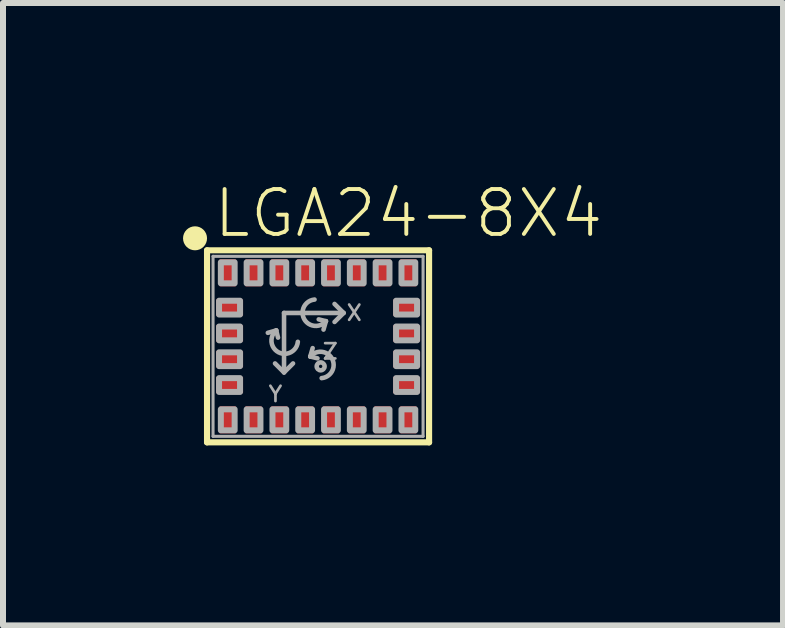
<source format=kicad_pcb>
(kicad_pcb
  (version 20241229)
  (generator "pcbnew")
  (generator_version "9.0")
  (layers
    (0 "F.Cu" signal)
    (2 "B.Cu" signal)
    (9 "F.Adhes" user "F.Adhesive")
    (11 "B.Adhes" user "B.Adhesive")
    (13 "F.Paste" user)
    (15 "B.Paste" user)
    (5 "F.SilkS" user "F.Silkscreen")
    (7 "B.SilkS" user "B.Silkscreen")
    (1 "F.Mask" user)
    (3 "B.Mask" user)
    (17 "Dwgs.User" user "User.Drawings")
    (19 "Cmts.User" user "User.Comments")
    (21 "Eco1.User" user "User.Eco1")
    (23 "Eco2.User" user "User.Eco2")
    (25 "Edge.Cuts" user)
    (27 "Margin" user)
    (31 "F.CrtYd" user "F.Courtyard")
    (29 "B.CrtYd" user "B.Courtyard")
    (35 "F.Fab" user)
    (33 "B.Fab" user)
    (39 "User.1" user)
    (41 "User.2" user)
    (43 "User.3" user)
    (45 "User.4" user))
  (footprint "LGA24-8X4"
    (layer "F.Cu")
    (at 2.25 2.721)
    (property "Reference" "LGA24-8X4" (at -1.778 -1.778 0) (layer "F.SilkS") (effects (font (size 0.748 0.748) (thickness 0.065)) (justify left bottom)))
    (fp_line (start -1.85 -1.6) (end 1.85 -1.6) (stroke (width 0.102) (type solid)) (layer "F.SilkS"))
    (fp_line (start -1.85 1.6) (end -1.85 -1.6) (stroke (width 0.102) (type solid)) (layer "F.SilkS"))
    (fp_line (start 1.85 -1.6) (end 1.85 1.6) (stroke (width 0.102) (type solid)) (layer "F.SilkS"))
    (fp_line (start 1.85 1.6) (end -1.85 1.6) (stroke (width 0.102) (type solid)) (layer "F.SilkS"))
    (fp_circle (center -2.05 -1.8) (end -1.95 -1.8) (stroke (width 0.2) (type solid)) (fill yes) (layer "F.SilkS"))
    (fp_line (start -1.75 -1.5) (end 1.75 -1.5) (stroke (width 0.051) (type solid)) (layer "F.Fab"))
    (fp_line (start -1.75 1.5) (end -1.75 -1.5) (stroke (width 0.051) (type solid)) (layer "F.Fab"))
    (fp_line (start -0.697 -0.265) (end -0.837 -0.225) (stroke (width 0.076) (type solid)) (layer "F.Fab"))
    (fp_line (start -0.697 -0.265) (end -0.667 -0.145) (stroke (width 0.076) (type solid)) (layer "F.Fab"))
    (fp_line (start -0.567 0.432) (end -0.567 -0.556) (stroke (width 0.076) (type solid)) (layer "F.Fab"))
    (fp_line (start -0.567 0.435) (end -0.717 0.285) (stroke (width 0.076) (type solid)) (layer "F.Fab"))
    (fp_line (start -0.567 0.435) (end -0.417 0.285) (stroke (width 0.076) (type solid)) (layer "F.Fab"))
    (fp_line (start -0.13 0.17) (end -0.09 0.03) (stroke (width 0.076) (type solid)) (layer "F.Fab"))
    (fp_line (start -0.13 0.17) (end -0.01 0.2) (stroke (width 0.076) (type solid)) (layer "F.Fab"))
    (fp_line (start 0.131 -0.419) (end 0.011 -0.449) (stroke (width 0.076) (type solid)) (layer "F.Fab"))
    (fp_line (start 0.131 -0.419) (end 0.091 -0.279) (stroke (width 0.076) (type solid)) (layer "F.Fab"))
    (fp_line (start 0.425 -0.556) (end -0.567 -0.556) (stroke (width 0.076) (type solid)) (layer "F.Fab"))
    (fp_line (start 0.425 -0.556) (end 0.275 -0.706) (stroke (width 0.076) (type solid)) (layer "F.Fab"))
    (fp_line (start 0.425 -0.556) (end 0.275 -0.406) (stroke (width 0.076) (type solid)) (layer "F.Fab"))
    (fp_line (start 1.75 -1.5) (end 1.75 1.5) (stroke (width 0.051) (type solid)) (layer "F.Fab"))
    (fp_line (start 1.75 1.5) (end -1.75 1.5) (stroke (width 0.051) (type solid)) (layer "F.Fab"))
    (fp_arc (start -0.337 -0.075) (mid -0.659177 0.09939) (end -0.697 -0.264999) (stroke (width 0.0762) (type solid)) (layer "F.Fab"))
    (fp_arc (start -0.130001 0.169999) (mid 0.234389 0.207821) (end 0.06 0.53) (stroke (width 0.0762) (type solid)) (layer "F.Fab"))
    (fp_arc (start 0.131401 -0.419399) (mid -0.232989 -0.457221) (end -0.0586 -0.7794) (stroke (width 0.0762) (type solid)) (layer "F.Fab"))
    (fp_circle (center 0.043 0.334) (end 0.071 0.334) (stroke (width 0.076) (type solid)) (fill no) (layer "F.Fab"))
    (fp_poly (pts (xy -1.65 -0.53) (xy -1.3 -0.53) (xy -1.3 -0.76) (xy -1.65 -0.76)) (stroke (width 0.1) (type default)) (fill no) (layer "F.Fab"))
    (fp_poly (pts (xy -1.65 -0.1) (xy -1.3 -0.1) (xy -1.3 -0.33) (xy -1.65 -0.33)) (stroke (width 0.1) (type default)) (fill no) (layer "F.Fab"))
    (fp_poly (pts (xy -1.65 0.33) (xy -1.3 0.33) (xy -1.3 0.1) (xy -1.65 0.1)) (stroke (width 0.1) (type default)) (fill no) (layer "F.Fab"))
    (fp_poly (pts (xy -1.65 0.76) (xy -1.3 0.76) (xy -1.3 0.53) (xy -1.65 0.53)) (stroke (width 0.1) (type default)) (fill no) (layer "F.Fab"))
    (fp_poly (pts (xy -1.62 -1.05) (xy -1.39 -1.05) (xy -1.39 -1.4) (xy -1.62 -1.4)) (stroke (width 0.1) (type default)) (fill no) (layer "F.Fab"))
    (fp_poly (pts (xy -1.39 1.05) (xy -1.62 1.05) (xy -1.62 1.4) (xy -1.39 1.4)) (stroke (width 0.1) (type default)) (fill no) (layer "F.Fab"))
    (fp_poly (pts (xy -1.19 -1.05) (xy -0.96 -1.05) (xy -0.96 -1.4) (xy -1.19 -1.4)) (stroke (width 0.1) (type default)) (fill no) (layer "F.Fab"))
    (fp_poly (pts (xy -0.96 1.05) (xy -1.19 1.05) (xy -1.19 1.4) (xy -0.96 1.4)) (stroke (width 0.1) (type default)) (fill no) (layer "F.Fab"))
    (fp_poly (pts (xy -0.76 -1.05) (xy -0.53 -1.05) (xy -0.53 -1.4) (xy -0.76 -1.4)) (stroke (width 0.1) (type default)) (fill no) (layer "F.Fab"))
    (fp_poly (pts (xy -0.53 1.05) (xy -0.76 1.05) (xy -0.76 1.4) (xy -0.53 1.4)) (stroke (width 0.1) (type default)) (fill no) (layer "F.Fab"))
    (fp_poly (pts (xy -0.33 -1.05) (xy -0.1 -1.05) (xy -0.1 -1.4) (xy -0.33 -1.4)) (stroke (width 0.1) (type default)) (fill no) (layer "F.Fab"))
    (fp_poly (pts (xy -0.1 1.05) (xy -0.33 1.05) (xy -0.33 1.4) (xy -0.1 1.4)) (stroke (width 0.1) (type default)) (fill no) (layer "F.Fab"))
    (fp_poly (pts (xy 0.1 -1.05) (xy 0.33 -1.05) (xy 0.33 -1.4) (xy 0.1 -1.4)) (stroke (width 0.1) (type default)) (fill no) (layer "F.Fab"))
    (fp_poly (pts (xy 0.33 1.05) (xy 0.1 1.05) (xy 0.1 1.4) (xy 0.33 1.4)) (stroke (width 0.1) (type default)) (fill no) (layer "F.Fab"))
    (fp_poly (pts (xy 0.53 -1.05) (xy 0.76 -1.05) (xy 0.76 -1.4) (xy 0.53 -1.4)) (stroke (width 0.1) (type default)) (fill no) (layer "F.Fab"))
    (fp_poly (pts (xy 0.76 1.05) (xy 0.53 1.05) (xy 0.53 1.4) (xy 0.76 1.4)) (stroke (width 0.1) (type default)) (fill no) (layer "F.Fab"))
    (fp_poly (pts (xy 0.96 -1.05) (xy 1.19 -1.05) (xy 1.19 -1.4) (xy 0.96 -1.4)) (stroke (width 0.1) (type default)) (fill no) (layer "F.Fab"))
    (fp_poly (pts (xy 1.19 1.05) (xy 0.96 1.05) (xy 0.96 1.4) (xy 1.19 1.4)) (stroke (width 0.1) (type default)) (fill no) (layer "F.Fab"))
    (fp_poly (pts (xy 1.39 -1.05) (xy 1.62 -1.05) (xy 1.62 -1.4) (xy 1.39 -1.4)) (stroke (width 0.1) (type default)) (fill no) (layer "F.Fab"))
    (fp_poly (pts (xy 1.62 1.05) (xy 1.39 1.05) (xy 1.39 1.4) (xy 1.62 1.4)) (stroke (width 0.1) (type default)) (fill no) (layer "F.Fab"))
    (fp_poly (pts (xy 1.65 -0.76) (xy 1.3 -0.76) (xy 1.3 -0.53) (xy 1.65 -0.53)) (stroke (width 0.1) (type default)) (fill no) (layer "F.Fab"))
    (fp_poly (pts (xy 1.65 -0.33) (xy 1.3 -0.33) (xy 1.3 -0.1) (xy 1.65 -0.1)) (stroke (width 0.1) (type default)) (fill no) (layer "F.Fab"))
    (fp_poly (pts (xy 1.65 0.1) (xy 1.3 0.1) (xy 1.3 0.33) (xy 1.65 0.33)) (stroke (width 0.1) (type default)) (fill no) (layer "F.Fab"))
    (fp_poly (pts (xy 1.65 0.53) (xy 1.3 0.53) (xy 1.3 0.76) (xy 1.65 0.76)) (stroke (width 0.1) (type default)) (fill no) (layer "F.Fab"))
    (fp_text user "Z" (at 0.354 -0.063 0) (layer "F.Fab") (effects (font (size 0.255 0.255) (thickness 0.045)) (justify right top)))
    (fp_text user "X" (at 0.603 -0.557 0) (layer "F.Fab") (effects (font (size 0.255 0.255) (thickness 0.045))))
    (fp_text user "Y" (at -0.571 0.647 0) (layer "F.Fab") (effects (font (size 0.255 0.255) (thickness 0.045)) (justify right top)))
    (pad "1" smd rect (at -1.505 -1.225 90) (size 0.45 0.27) (layers "F.Cu" "F.Mask" "F.Paste"))
    (pad "2" smd rect (at -1.475 -0.645 180) (size 0.45 0.27) (layers "F.Cu" "F.Mask" "F.Paste"))
    (pad "3" smd rect (at -1.475 -0.215 180) (size 0.45 0.27) (layers "F.Cu" "F.Mask" "F.Paste"))
    (pad "4" smd rect (at -1.475 0.215 180) (size 0.45 0.27) (layers "F.Cu" "F.Mask" "F.Paste"))
    (pad "5" smd rect (at -1.475 0.645 180) (size 0.45 0.27) (layers "F.Cu" "F.Mask" "F.Paste"))
    (pad "6" smd rect (at -1.505 1.225 270) (size 0.45 0.27) (layers "F.Cu" "F.Mask" "F.Paste"))
    (pad "7" smd rect (at -1.075 1.225 270) (size 0.45 0.27) (layers "F.Cu" "F.Mask" "F.Paste"))
    (pad "8" smd rect (at -0.645 1.225 270) (size 0.45 0.27) (layers "F.Cu" "F.Mask" "F.Paste"))
    (pad "9" smd rect (at -0.215 1.225 270) (size 0.45 0.27) (layers "F.Cu" "F.Mask" "F.Paste"))
    (pad "10" smd rect (at 0.215 1.225 270) (size 0.45 0.27) (layers "F.Cu" "F.Mask" "F.Paste"))
    (pad "11" smd rect (at 0.645 1.225 270) (size 0.45 0.27) (layers "F.Cu" "F.Mask" "F.Paste"))
    (pad "12" smd rect (at 1.075 1.225 270) (size 0.45 0.27) (layers "F.Cu" "F.Mask" "F.Paste"))
    (pad "13" smd rect (at 1.505 1.225 270) (size 0.45 0.27) (layers "F.Cu" "F.Mask" "F.Paste"))
    (pad "14" smd rect (at 1.475 0.645) (size 0.45 0.27) (layers "F.Cu" "F.Mask" "F.Paste"))
    (pad "15" smd rect (at 1.475 0.215) (size 0.45 0.27) (layers "F.Cu" "F.Mask" "F.Paste"))
    (pad "16" smd rect (at 1.475 -0.215) (size 0.45 0.27) (layers "F.Cu" "F.Mask" "F.Paste"))
    (pad "17" smd rect (at 1.475 -0.645) (size 0.45 0.27) (layers "F.Cu" "F.Mask" "F.Paste"))
    (pad "18" smd rect (at 1.505 -1.225 90) (size 0.45 0.27) (layers "F.Cu" "F.Mask" "F.Paste"))
    (pad "19" smd rect (at 1.075 -1.225 90) (size 0.45 0.27) (layers "F.Cu" "F.Mask" "F.Paste"))
    (pad "20" smd rect (at 0.645 -1.225 90) (size 0.45 0.27) (layers "F.Cu" "F.Mask" "F.Paste"))
    (pad "21" smd rect (at 0.215 -1.225 90) (size 0.45 0.27) (layers "F.Cu" "F.Mask" "F.Paste"))
    (pad "22" smd rect (at -0.215 -1.225 90) (size 0.45 0.27) (layers "F.Cu" "F.Mask" "F.Paste"))
    (pad "23" smd rect (at -0.645 -1.225 90) (size 0.45 0.27) (layers "F.Cu" "F.Mask" "F.Paste"))
    (pad "24" smd rect (at -1.075 -1.225 90) (size 0.45 0.27) (layers "F.Cu" "F.Mask" "F.Paste")))
  (gr_rect
    (start -3 -3)
    (end 9.998 7.372)
    (stroke (width 0.1) (type default))
    (fill no)
    (layer "Edge.Cuts")))
</source>
